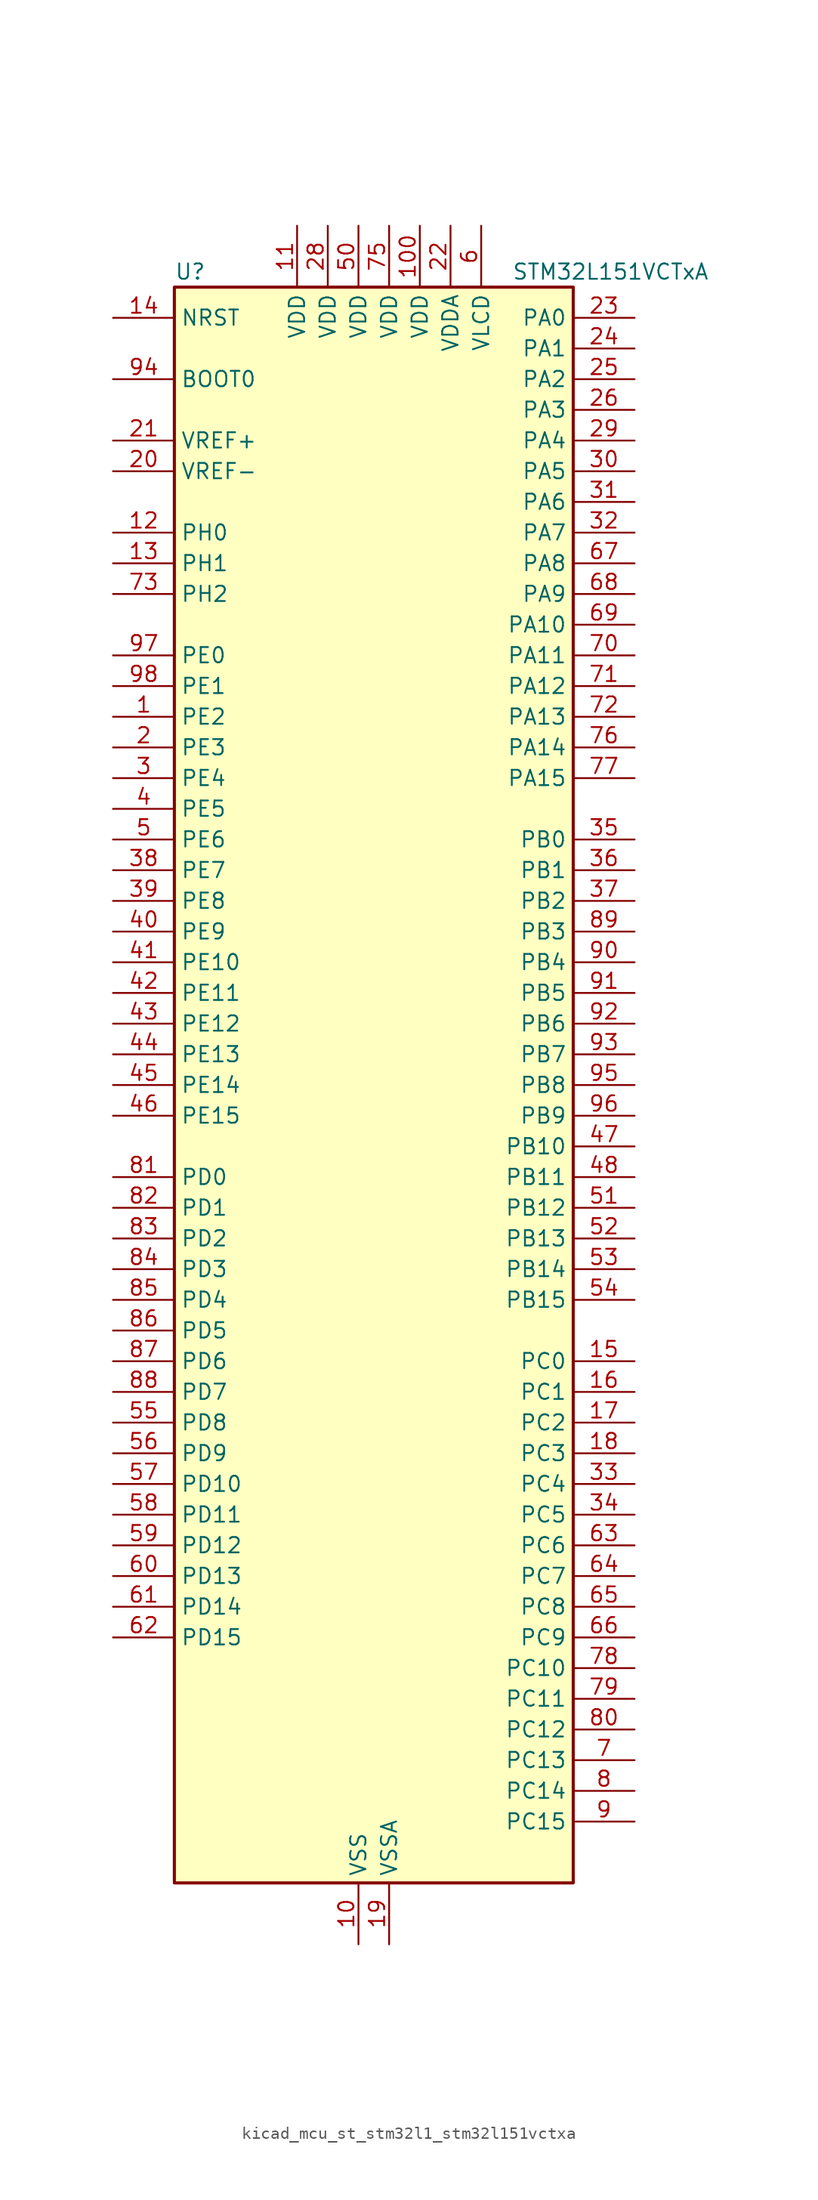
<source format=kicad_sym>
(kicad_symbol_lib
  (version 20220914)
  (generator kicad_symbol_editor)
  (symbol "kicad_mcu_st_stm32l1_stm32l151vctxa"
    (property "Reference" "U"
      (at -15.24 67.31 0)
      (effects (font (size 1.27 1.27)) (justify left)))
    (property "Value" "STM32L151VCTxA"
      (at 12.7 67.31 0)
      (effects (font (size 1.27 1.27)) (justify left)))
    (property "ki_locked" ""
      (at 0 0 0)
      (effects (font (size 1.27 1.27))))
    (symbol "kicad_mcu_st_stm32l1_stm32l151vctxa_0_1"
      (rectangle (start -15.24 -66.04) (end 17.78 66.04) (stroke (width 0.254) (type default)) (fill (type background))))
    (symbol "kicad_mcu_st_stm32l1_stm32l151vctxa_1_1"
      (pin bidirectional line (at -20.32 30.48 0) (length 5.08) (name "PE2" (effects (font (size 1.27 1.27)))) (number "1" (effects (font (size 1.27 1.27)))) (alternate "SYS_TRACECK" bidirectional line) (alternate "TIM3_ETR" bidirectional line) (alternate "TIMX_IC3" bidirectional line))
      (pin power_in line (at 0 -71.12 90) (length 5.08) (name "VSS" (effects (font (size 1.27 1.27)))) (number "10" (effects (font (size 1.27 1.27)))))
      (pin power_in line (at 5.08 71.12 270) (length 5.08) (name "VDD" (effects (font (size 1.27 1.27)))) (number "100" (effects (font (size 1.27 1.27)))))
      (pin power_in line (at -5.08 71.12 270) (length 5.08) (name "VDD" (effects (font (size 1.27 1.27)))) (number "11" (effects (font (size 1.27 1.27)))))
      (pin bidirectional line (at -20.32 45.72 0) (length 5.08) (name "PH0" (effects (font (size 1.27 1.27)))) (number "12" (effects (font (size 1.27 1.27)))) (alternate "RCC_OSC_IN" bidirectional line))
      (pin bidirectional line (at -20.32 43.18 0) (length 5.08) (name "PH1" (effects (font (size 1.27 1.27)))) (number "13" (effects (font (size 1.27 1.27)))) (alternate "RCC_OSC_OUT" bidirectional line))
      (pin input line (at -20.32 63.5 0) (length 5.08) (name "NRST" (effects (font (size 1.27 1.27)))) (number "14" (effects (font (size 1.27 1.27)))))
      (pin bidirectional line (at 22.86 -22.86 180) (length 5.08) (name "PC0" (effects (font (size 1.27 1.27)))) (number "15" (effects (font (size 1.27 1.27)))) (alternate "ADC_IN10" bidirectional line) (alternate "COMP1_INP" bidirectional line) (alternate "TIMX_IC1" bidirectional line) (alternate "TS_G8_IO1" bidirectional line))
      (pin bidirectional line (at 22.86 -25.4 180) (length 5.08) (name "PC1" (effects (font (size 1.27 1.27)))) (number "16" (effects (font (size 1.27 1.27)))) (alternate "ADC_IN11" bidirectional line) (alternate "COMP1_INP" bidirectional line) (alternate "TIMX_IC2" bidirectional line) (alternate "TS_G8_IO2" bidirectional line))
      (pin bidirectional line (at 22.86 -27.94 180) (length 5.08) (name "PC2" (effects (font (size 1.27 1.27)))) (number "17" (effects (font (size 1.27 1.27)))) (alternate "ADC_IN12" bidirectional line) (alternate "COMP1_INP" bidirectional line) (alternate "TIMX_IC3" bidirectional line) (alternate "TS_G8_IO3" bidirectional line))
      (pin bidirectional line (at 22.86 -30.48 180) (length 5.08) (name "PC3" (effects (font (size 1.27 1.27)))) (number "18" (effects (font (size 1.27 1.27)))) (alternate "ADC_IN13" bidirectional line) (alternate "COMP1_INP" bidirectional line) (alternate "TIMX_IC4" bidirectional line) (alternate "TS_G8_IO4" bidirectional line))
      (pin power_in line (at 2.54 -71.12 90) (length 5.08) (name "VSSA" (effects (font (size 1.27 1.27)))) (number "19" (effects (font (size 1.27 1.27)))))
      (pin bidirectional line (at -20.32 27.94 0) (length 5.08) (name "PE3" (effects (font (size 1.27 1.27)))) (number "2" (effects (font (size 1.27 1.27)))) (alternate "SYS_TRACED0" bidirectional line) (alternate "TIM3_CH1" bidirectional line) (alternate "TIMX_IC4" bidirectional line))
      (pin input line (at -20.32 50.8 0) (length 5.08) (name "VREF-" (effects (font (size 1.27 1.27)))) (number "20" (effects (font (size 1.27 1.27)))))
      (pin input line (at -20.32 53.34 0) (length 5.08) (name "VREF+" (effects (font (size 1.27 1.27)))) (number "21" (effects (font (size 1.27 1.27)))))
      (pin power_in line (at 7.62 71.12 270) (length 5.08) (name "VDDA" (effects (font (size 1.27 1.27)))) (number "22" (effects (font (size 1.27 1.27)))))
      (pin bidirectional line (at 22.86 63.5 180) (length 5.08) (name "PA0" (effects (font (size 1.27 1.27)))) (number "23" (effects (font (size 1.27 1.27)))) (alternate "ADC_IN0" bidirectional line) (alternate "COMP1_INP" bidirectional line) (alternate "RTC_TAMP2" bidirectional line) (alternate "SYS_WKUP1" bidirectional line) (alternate "TIM2_CH1" bidirectional line) (alternate "TIM2_ETR" bidirectional line) (alternate "TIM5_CH1" bidirectional line) (alternate "TIMX_IC1" bidirectional line) (alternate "TS_G1_IO1" bidirectional line) (alternate "USART2_CTS" bidirectional line))
      (pin bidirectional line (at 22.86 60.96 180) (length 5.08) (name "PA1" (effects (font (size 1.27 1.27)))) (number "24" (effects (font (size 1.27 1.27)))) (alternate "ADC_IN1" bidirectional line) (alternate "COMP1_INP" bidirectional line) (alternate "OPAMP1_VINP" bidirectional line) (alternate "TIM2_CH2" bidirectional line) (alternate "TIM5_CH2" bidirectional line) (alternate "TIMX_IC2" bidirectional line) (alternate "TS_G1_IO2" bidirectional line) (alternate "USART2_RTS" bidirectional line))
      (pin bidirectional line (at 22.86 58.42 180) (length 5.08) (name "PA2" (effects (font (size 1.27 1.27)))) (number "25" (effects (font (size 1.27 1.27)))) (alternate "ADC_IN2" bidirectional line) (alternate "COMP1_INP" bidirectional line) (alternate "OPAMP1_VINM" bidirectional line) (alternate "TIM2_CH3" bidirectional line) (alternate "TIM5_CH3" bidirectional line) (alternate "TIM9_CH1" bidirectional line) (alternate "TIMX_IC3" bidirectional line) (alternate "TS_G1_IO3" bidirectional line) (alternate "USART2_TX" bidirectional line))
      (pin bidirectional line (at 22.86 55.88 180) (length 5.08) (name "PA3" (effects (font (size 1.27 1.27)))) (number "26" (effects (font (size 1.27 1.27)))) (alternate "ADC_IN3" bidirectional line) (alternate "COMP1_INP" bidirectional line) (alternate "OPAMP1_VOUT" bidirectional line) (alternate "TIM2_CH4" bidirectional line) (alternate "TIM5_CH4" bidirectional line) (alternate "TIM9_CH2" bidirectional line) (alternate "TIMX_IC4" bidirectional line) (alternate "TS_G1_IO4" bidirectional line) (alternate "USART2_RX" bidirectional line))
      (pin passive line (at 0 -71.12 90) (length 5.08) hide (name "VSS" (effects (font (size 1.27 1.27)))) (number "27" (effects (font (size 1.27 1.27)))))
      (pin power_in line (at -2.54 71.12 270) (length 5.08) (name "VDD" (effects (font (size 1.27 1.27)))) (number "28" (effects (font (size 1.27 1.27)))))
      (pin bidirectional line (at 22.86 53.34 180) (length 5.08) (name "PA4" (effects (font (size 1.27 1.27)))) (number "29" (effects (font (size 1.27 1.27)))) (alternate "ADC_IN4" bidirectional line) (alternate "COMP1_INP" bidirectional line) (alternate "DAC_OUT1" bidirectional line) (alternate "I2S3_WS" bidirectional line) (alternate "SPI1_NSS" bidirectional line) (alternate "SPI3_NSS" bidirectional line) (alternate "TIMX_IC1" bidirectional line) (alternate "USART2_CK" bidirectional line))
      (pin bidirectional line (at -20.32 25.4 0) (length 5.08) (name "PE4" (effects (font (size 1.27 1.27)))) (number "3" (effects (font (size 1.27 1.27)))) (alternate "SYS_TRACED1" bidirectional line) (alternate "TIM3_CH2" bidirectional line) (alternate "TIMX_IC1" bidirectional line))
      (pin bidirectional line (at 22.86 50.8 180) (length 5.08) (name "PA5" (effects (font (size 1.27 1.27)))) (number "30" (effects (font (size 1.27 1.27)))) (alternate "ADC_IN5" bidirectional line) (alternate "COMP1_INP" bidirectional line) (alternate "DAC_OUT2" bidirectional line) (alternate "SPI1_SCK" bidirectional line) (alternate "TIM2_CH1" bidirectional line) (alternate "TIM2_ETR" bidirectional line) (alternate "TIMX_IC2" bidirectional line))
      (pin bidirectional line (at 22.86 48.26 180) (length 5.08) (name "PA6" (effects (font (size 1.27 1.27)))) (number "31" (effects (font (size 1.27 1.27)))) (alternate "ADC_IN6" bidirectional line) (alternate "COMP1_INP" bidirectional line) (alternate "OPAMP2_VINP" bidirectional line) (alternate "SPI1_MISO" bidirectional line) (alternate "TIM10_CH1" bidirectional line) (alternate "TIM3_CH1" bidirectional line) (alternate "TIMX_IC3" bidirectional line) (alternate "TS_G2_IO1" bidirectional line))
      (pin bidirectional line (at 22.86 45.72 180) (length 5.08) (name "PA7" (effects (font (size 1.27 1.27)))) (number "32" (effects (font (size 1.27 1.27)))) (alternate "ADC_IN7" bidirectional line) (alternate "COMP1_INP" bidirectional line) (alternate "OPAMP2_VINM" bidirectional line) (alternate "SPI1_MOSI" bidirectional line) (alternate "TIM11_CH1" bidirectional line) (alternate "TIM3_CH2" bidirectional line) (alternate "TIMX_IC4" bidirectional line) (alternate "TS_G2_IO2" bidirectional line))
      (pin bidirectional line (at 22.86 -33.02 180) (length 5.08) (name "PC4" (effects (font (size 1.27 1.27)))) (number "33" (effects (font (size 1.27 1.27)))) (alternate "ADC_IN14" bidirectional line) (alternate "COMP1_INP" bidirectional line) (alternate "TIMX_IC1" bidirectional line) (alternate "TS_G9_IO1" bidirectional line))
      (pin bidirectional line (at 22.86 -35.56 180) (length 5.08) (name "PC5" (effects (font (size 1.27 1.27)))) (number "34" (effects (font (size 1.27 1.27)))) (alternate "ADC_IN15" bidirectional line) (alternate "COMP1_INP" bidirectional line) (alternate "TIMX_IC2" bidirectional line) (alternate "TS_G9_IO2" bidirectional line))
      (pin bidirectional line (at 22.86 20.32 180) (length 5.08) (name "PB0" (effects (font (size 1.27 1.27)))) (number "35" (effects (font (size 1.27 1.27)))) (alternate "ADC_IN8" bidirectional line) (alternate "COMP1_INP" bidirectional line) (alternate "OPAMP2_VOUT" bidirectional line) (alternate "SYS_V_REF_OUT" bidirectional line) (alternate "TIM3_CH3" bidirectional line) (alternate "TS_G3_IO1" bidirectional line))
      (pin bidirectional line (at 22.86 17.78 180) (length 5.08) (name "PB1" (effects (font (size 1.27 1.27)))) (number "36" (effects (font (size 1.27 1.27)))) (alternate "ADC_IN9" bidirectional line) (alternate "COMP1_INP" bidirectional line) (alternate "SYS_V_REF_OUT" bidirectional line) (alternate "TIM3_CH4" bidirectional line) (alternate "TS_G3_IO2" bidirectional line))
      (pin bidirectional line (at 22.86 15.24 180) (length 5.08) (name "PB2" (effects (font (size 1.27 1.27)))) (number "37" (effects (font (size 1.27 1.27)))) (alternate "TS_G3_IO3" bidirectional line))
      (pin bidirectional line (at -20.32 17.78 0) (length 5.08) (name "PE7" (effects (font (size 1.27 1.27)))) (number "38" (effects (font (size 1.27 1.27)))) (alternate "ADC_IN22" bidirectional line) (alternate "COMP1_INP" bidirectional line) (alternate "TIMX_IC4" bidirectional line))
      (pin bidirectional line (at -20.32 15.24 0) (length 5.08) (name "PE8" (effects (font (size 1.27 1.27)))) (number "39" (effects (font (size 1.27 1.27)))) (alternate "ADC_IN23" bidirectional line) (alternate "COMP1_INP" bidirectional line) (alternate "TIMX_IC1" bidirectional line))
      (pin bidirectional line (at -20.32 22.86 0) (length 5.08) (name "PE5" (effects (font (size 1.27 1.27)))) (number "4" (effects (font (size 1.27 1.27)))) (alternate "SYS_TRACED2" bidirectional line) (alternate "TIM9_CH1" bidirectional line) (alternate "TIMX_IC2" bidirectional line))
      (pin bidirectional line (at -20.32 12.7 0) (length 5.08) (name "PE9" (effects (font (size 1.27 1.27)))) (number "40" (effects (font (size 1.27 1.27)))) (alternate "ADC_IN24" bidirectional line) (alternate "COMP1_INP" bidirectional line) (alternate "DAC_EXTI9" bidirectional line) (alternate "TIM2_CH1" bidirectional line) (alternate "TIM2_ETR" bidirectional line) (alternate "TIMX_IC2" bidirectional line))
      (pin bidirectional line (at -20.32 10.16 0) (length 5.08) (name "PE10" (effects (font (size 1.27 1.27)))) (number "41" (effects (font (size 1.27 1.27)))) (alternate "ADC_IN25" bidirectional line) (alternate "COMP1_INP" bidirectional line) (alternate "TIM2_CH2" bidirectional line) (alternate "TIMX_IC3" bidirectional line))
      (pin bidirectional line (at -20.32 7.62 0) (length 5.08) (name "PE11" (effects (font (size 1.27 1.27)))) (number "42" (effects (font (size 1.27 1.27)))) (alternate "ADC_EXTI11" bidirectional line) (alternate "TIM2_CH3" bidirectional line) (alternate "TIMX_IC4" bidirectional line))
      (pin bidirectional line (at -20.32 5.08 0) (length 5.08) (name "PE12" (effects (font (size 1.27 1.27)))) (number "43" (effects (font (size 1.27 1.27)))) (alternate "SPI1_NSS" bidirectional line) (alternate "TIM2_CH4" bidirectional line) (alternate "TIMX_IC1" bidirectional line))
      (pin bidirectional line (at -20.32 2.54 0) (length 5.08) (name "PE13" (effects (font (size 1.27 1.27)))) (number "44" (effects (font (size 1.27 1.27)))) (alternate "SPI1_SCK" bidirectional line) (alternate "TIMX_IC2" bidirectional line))
      (pin bidirectional line (at -20.32 0 0) (length 5.08) (name "PE14" (effects (font (size 1.27 1.27)))) (number "45" (effects (font (size 1.27 1.27)))) (alternate "SPI1_MISO" bidirectional line) (alternate "TIMX_IC3" bidirectional line))
      (pin bidirectional line (at -20.32 -2.54 0) (length 5.08) (name "PE15" (effects (font (size 1.27 1.27)))) (number "46" (effects (font (size 1.27 1.27)))) (alternate "ADC_EXTI15" bidirectional line) (alternate "SPI1_MOSI" bidirectional line) (alternate "TIMX_IC4" bidirectional line))
      (pin bidirectional line (at 22.86 -5.08 180) (length 5.08) (name "PB10" (effects (font (size 1.27 1.27)))) (number "47" (effects (font (size 1.27 1.27)))) (alternate "I2C2_SCL" bidirectional line) (alternate "TIM2_CH3" bidirectional line) (alternate "USART3_TX" bidirectional line))
      (pin bidirectional line (at 22.86 -7.62 180) (length 5.08) (name "PB11" (effects (font (size 1.27 1.27)))) (number "48" (effects (font (size 1.27 1.27)))) (alternate "ADC_EXTI11" bidirectional line) (alternate "I2C2_SDA" bidirectional line) (alternate "TIM2_CH4" bidirectional line) (alternate "USART3_RX" bidirectional line))
      (pin passive line (at 0 -71.12 90) (length 5.08) hide (name "VSS" (effects (font (size 1.27 1.27)))) (number "49" (effects (font (size 1.27 1.27)))))
      (pin bidirectional line (at -20.32 20.32 0) (length 5.08) (name "PE6" (effects (font (size 1.27 1.27)))) (number "5" (effects (font (size 1.27 1.27)))) (alternate "RTC_TAMP3" bidirectional line) (alternate "SYS_TRACED3" bidirectional line) (alternate "SYS_WKUP3" bidirectional line) (alternate "TIM9_CH2" bidirectional line) (alternate "TIMX_IC3" bidirectional line))
      (pin power_in line (at 0 71.12 270) (length 5.08) (name "VDD" (effects (font (size 1.27 1.27)))) (number "50" (effects (font (size 1.27 1.27)))))
      (pin bidirectional line (at 22.86 -10.16 180) (length 5.08) (name "PB12" (effects (font (size 1.27 1.27)))) (number "51" (effects (font (size 1.27 1.27)))) (alternate "ADC_IN18" bidirectional line) (alternate "COMP1_INP" bidirectional line) (alternate "I2C2_SMBA" bidirectional line) (alternate "I2S2_WS" bidirectional line) (alternate "SPI2_NSS" bidirectional line) (alternate "TIM10_CH1" bidirectional line) (alternate "TS_G7_IO1" bidirectional line) (alternate "USART3_CK" bidirectional line))
      (pin bidirectional line (at 22.86 -12.7 180) (length 5.08) (name "PB13" (effects (font (size 1.27 1.27)))) (number "52" (effects (font (size 1.27 1.27)))) (alternate "ADC_IN19" bidirectional line) (alternate "COMP1_INP" bidirectional line) (alternate "I2S2_CK" bidirectional line) (alternate "SPI2_SCK" bidirectional line) (alternate "TIM9_CH1" bidirectional line) (alternate "TS_G7_IO2" bidirectional line) (alternate "USART3_CTS" bidirectional line))
      (pin bidirectional line (at 22.86 -15.24 180) (length 5.08) (name "PB14" (effects (font (size 1.27 1.27)))) (number "53" (effects (font (size 1.27 1.27)))) (alternate "ADC_IN20" bidirectional line) (alternate "COMP1_INP" bidirectional line) (alternate "SPI2_MISO" bidirectional line) (alternate "TIM9_CH2" bidirectional line) (alternate "TS_G7_IO3" bidirectional line) (alternate "USART3_RTS" bidirectional line))
      (pin bidirectional line (at 22.86 -17.78 180) (length 5.08) (name "PB15" (effects (font (size 1.27 1.27)))) (number "54" (effects (font (size 1.27 1.27)))) (alternate "ADC_EXTI15" bidirectional line) (alternate "ADC_IN21" bidirectional line) (alternate "COMP1_INP" bidirectional line) (alternate "I2S2_SD" bidirectional line) (alternate "RTC_REFIN" bidirectional line) (alternate "SPI2_MOSI" bidirectional line) (alternate "TIM11_CH1" bidirectional line) (alternate "TS_G7_IO4" bidirectional line))
      (pin bidirectional line (at -20.32 -27.94 0) (length 5.08) (name "PD8" (effects (font (size 1.27 1.27)))) (number "55" (effects (font (size 1.27 1.27)))) (alternate "TIMX_IC1" bidirectional line) (alternate "USART3_TX" bidirectional line))
      (pin bidirectional line (at -20.32 -30.48 0) (length 5.08) (name "PD9" (effects (font (size 1.27 1.27)))) (number "56" (effects (font (size 1.27 1.27)))) (alternate "DAC_EXTI9" bidirectional line) (alternate "TIMX_IC2" bidirectional line) (alternate "USART3_RX" bidirectional line))
      (pin bidirectional line (at -20.32 -33.02 0) (length 5.08) (name "PD10" (effects (font (size 1.27 1.27)))) (number "57" (effects (font (size 1.27 1.27)))) (alternate "TIMX_IC3" bidirectional line) (alternate "USART3_CK" bidirectional line))
      (pin bidirectional line (at -20.32 -35.56 0) (length 5.08) (name "PD11" (effects (font (size 1.27 1.27)))) (number "58" (effects (font (size 1.27 1.27)))) (alternate "ADC_EXTI11" bidirectional line) (alternate "TIMX_IC4" bidirectional line) (alternate "USART3_CTS" bidirectional line))
      (pin bidirectional line (at -20.32 -38.1 0) (length 5.08) (name "PD12" (effects (font (size 1.27 1.27)))) (number "59" (effects (font (size 1.27 1.27)))) (alternate "TIM4_CH1" bidirectional line) (alternate "TIMX_IC1" bidirectional line) (alternate "USART3_RTS" bidirectional line))
      (pin power_in line (at 10.16 71.12 270) (length 5.08) (name "VLCD" (effects (font (size 1.27 1.27)))) (number "6" (effects (font (size 1.27 1.27)))))
      (pin bidirectional line (at -20.32 -40.64 0) (length 5.08) (name "PD13" (effects (font (size 1.27 1.27)))) (number "60" (effects (font (size 1.27 1.27)))) (alternate "TIM4_CH2" bidirectional line) (alternate "TIMX_IC2" bidirectional line))
      (pin bidirectional line (at -20.32 -43.18 0) (length 5.08) (name "PD14" (effects (font (size 1.27 1.27)))) (number "61" (effects (font (size 1.27 1.27)))) (alternate "TIM4_CH3" bidirectional line) (alternate "TIMX_IC3" bidirectional line))
      (pin bidirectional line (at -20.32 -45.72 0) (length 5.08) (name "PD15" (effects (font (size 1.27 1.27)))) (number "62" (effects (font (size 1.27 1.27)))) (alternate "ADC_EXTI15" bidirectional line) (alternate "TIM4_CH4" bidirectional line) (alternate "TIMX_IC4" bidirectional line))
      (pin bidirectional line (at 22.86 -38.1 180) (length 5.08) (name "PC6" (effects (font (size 1.27 1.27)))) (number "63" (effects (font (size 1.27 1.27)))) (alternate "I2S2_MCK" bidirectional line) (alternate "TIM3_CH1" bidirectional line) (alternate "TIMX_IC3" bidirectional line) (alternate "TS_G10_IO1" bidirectional line))
      (pin bidirectional line (at 22.86 -40.64 180) (length 5.08) (name "PC7" (effects (font (size 1.27 1.27)))) (number "64" (effects (font (size 1.27 1.27)))) (alternate "I2S3_MCK" bidirectional line) (alternate "TIM3_CH2" bidirectional line) (alternate "TIMX_IC4" bidirectional line) (alternate "TS_G10_IO2" bidirectional line))
      (pin bidirectional line (at 22.86 -43.18 180) (length 5.08) (name "PC8" (effects (font (size 1.27 1.27)))) (number "65" (effects (font (size 1.27 1.27)))) (alternate "TIM3_CH3" bidirectional line) (alternate "TIMX_IC1" bidirectional line) (alternate "TS_G10_IO3" bidirectional line))
      (pin bidirectional line (at 22.86 -45.72 180) (length 5.08) (name "PC9" (effects (font (size 1.27 1.27)))) (number "66" (effects (font (size 1.27 1.27)))) (alternate "DAC_EXTI9" bidirectional line) (alternate "TIM3_CH4" bidirectional line) (alternate "TIMX_IC2" bidirectional line) (alternate "TS_G10_IO4" bidirectional line))
      (pin bidirectional line (at 22.86 43.18 180) (length 5.08) (name "PA8" (effects (font (size 1.27 1.27)))) (number "67" (effects (font (size 1.27 1.27)))) (alternate "RCC_MCO" bidirectional line) (alternate "TIMX_IC1" bidirectional line) (alternate "TS_G4_IO1" bidirectional line) (alternate "USART1_CK" bidirectional line))
      (pin bidirectional line (at 22.86 40.64 180) (length 5.08) (name "PA9" (effects (font (size 1.27 1.27)))) (number "68" (effects (font (size 1.27 1.27)))) (alternate "DAC_EXTI9" bidirectional line) (alternate "TIMX_IC2" bidirectional line) (alternate "TS_G4_IO2" bidirectional line) (alternate "USART1_TX" bidirectional line))
      (pin bidirectional line (at 22.86 38.1 180) (length 5.08) (name "PA10" (effects (font (size 1.27 1.27)))) (number "69" (effects (font (size 1.27 1.27)))) (alternate "TIMX_IC3" bidirectional line) (alternate "TS_G4_IO3" bidirectional line) (alternate "USART1_RX" bidirectional line))
      (pin bidirectional line (at 22.86 -55.88 180) (length 5.08) (name "PC13" (effects (font (size 1.27 1.27)))) (number "7" (effects (font (size 1.27 1.27)))) (alternate "RTC_OUT_ALARM" bidirectional line) (alternate "RTC_OUT_CALIB" bidirectional line) (alternate "RTC_TAMP1" bidirectional line) (alternate "RTC_TS" bidirectional line) (alternate "SYS_WKUP2" bidirectional line) (alternate "TIMX_IC2" bidirectional line))
      (pin bidirectional line (at 22.86 35.56 180) (length 5.08) (name "PA11" (effects (font (size 1.27 1.27)))) (number "70" (effects (font (size 1.27 1.27)))) (alternate "ADC_EXTI11" bidirectional line) (alternate "SPI1_MISO" bidirectional line) (alternate "TIMX_IC4" bidirectional line) (alternate "USART1_CTS" bidirectional line) (alternate "USB_DM" bidirectional line))
      (pin bidirectional line (at 22.86 33.02 180) (length 5.08) (name "PA12" (effects (font (size 1.27 1.27)))) (number "71" (effects (font (size 1.27 1.27)))) (alternate "SPI1_MOSI" bidirectional line) (alternate "TIMX_IC1" bidirectional line) (alternate "USART1_RTS" bidirectional line) (alternate "USB_DP" bidirectional line))
      (pin bidirectional line (at 22.86 30.48 180) (length 5.08) (name "PA13" (effects (font (size 1.27 1.27)))) (number "72" (effects (font (size 1.27 1.27)))) (alternate "SYS_JTMS-SWDIO" bidirectional line) (alternate "TIMX_IC2" bidirectional line) (alternate "TS_G5_IO1" bidirectional line))
      (pin bidirectional line (at -20.32 40.64 0) (length 5.08) (name "PH2" (effects (font (size 1.27 1.27)))) (number "73" (effects (font (size 1.27 1.27)))))
      (pin passive line (at 0 -71.12 90) (length 5.08) hide (name "VSS" (effects (font (size 1.27 1.27)))) (number "74" (effects (font (size 1.27 1.27)))))
      (pin power_in line (at 2.54 71.12 270) (length 5.08) (name "VDD" (effects (font (size 1.27 1.27)))) (number "75" (effects (font (size 1.27 1.27)))))
      (pin bidirectional line (at 22.86 27.94 180) (length 5.08) (name "PA14" (effects (font (size 1.27 1.27)))) (number "76" (effects (font (size 1.27 1.27)))) (alternate "SYS_JTCK-SWCLK" bidirectional line) (alternate "TIMX_IC3" bidirectional line) (alternate "TS_G5_IO2" bidirectional line))
      (pin bidirectional line (at 22.86 25.4 180) (length 5.08) (name "PA15" (effects (font (size 1.27 1.27)))) (number "77" (effects (font (size 1.27 1.27)))) (alternate "ADC_EXTI15" bidirectional line) (alternate "I2S3_WS" bidirectional line) (alternate "SPI1_NSS" bidirectional line) (alternate "SPI3_NSS" bidirectional line) (alternate "SYS_JTDI" bidirectional line) (alternate "TIM2_CH1" bidirectional line) (alternate "TIM2_ETR" bidirectional line) (alternate "TIMX_IC4" bidirectional line) (alternate "TS_G5_IO3" bidirectional line))
      (pin bidirectional line (at 22.86 -48.26 180) (length 5.08) (name "PC10" (effects (font (size 1.27 1.27)))) (number "78" (effects (font (size 1.27 1.27)))) (alternate "I2S3_CK" bidirectional line) (alternate "SPI3_SCK" bidirectional line) (alternate "TIMX_IC3" bidirectional line) (alternate "USART3_TX" bidirectional line))
      (pin bidirectional line (at 22.86 -50.8 180) (length 5.08) (name "PC11" (effects (font (size 1.27 1.27)))) (number "79" (effects (font (size 1.27 1.27)))) (alternate "ADC_EXTI11" bidirectional line) (alternate "SPI3_MISO" bidirectional line) (alternate "TIMX_IC4" bidirectional line) (alternate "USART3_RX" bidirectional line))
      (pin bidirectional line (at 22.86 -58.42 180) (length 5.08) (name "PC14" (effects (font (size 1.27 1.27)))) (number "8" (effects (font (size 1.27 1.27)))) (alternate "RCC_OSC32_IN" bidirectional line) (alternate "TIMX_IC3" bidirectional line))
      (pin bidirectional line (at 22.86 -53.34 180) (length 5.08) (name "PC12" (effects (font (size 1.27 1.27)))) (number "80" (effects (font (size 1.27 1.27)))) (alternate "I2S3_SD" bidirectional line) (alternate "SPI3_MOSI" bidirectional line) (alternate "TIMX_IC1" bidirectional line) (alternate "USART3_CK" bidirectional line))
      (pin bidirectional line (at -20.32 -7.62 0) (length 5.08) (name "PD0" (effects (font (size 1.27 1.27)))) (number "81" (effects (font (size 1.27 1.27)))) (alternate "I2S2_WS" bidirectional line) (alternate "SPI2_NSS" bidirectional line) (alternate "TIM9_CH1" bidirectional line) (alternate "TIMX_IC1" bidirectional line))
      (pin bidirectional line (at -20.32 -10.16 0) (length 5.08) (name "PD1" (effects (font (size 1.27 1.27)))) (number "82" (effects (font (size 1.27 1.27)))) (alternate "I2S2_CK" bidirectional line) (alternate "SPI2_SCK" bidirectional line) (alternate "TIMX_IC2" bidirectional line))
      (pin bidirectional line (at -20.32 -12.7 0) (length 5.08) (name "PD2" (effects (font (size 1.27 1.27)))) (number "83" (effects (font (size 1.27 1.27)))) (alternate "TIM3_ETR" bidirectional line) (alternate "TIMX_IC3" bidirectional line))
      (pin bidirectional line (at -20.32 -15.24 0) (length 5.08) (name "PD3" (effects (font (size 1.27 1.27)))) (number "84" (effects (font (size 1.27 1.27)))) (alternate "SPI2_MISO" bidirectional line) (alternate "TIMX_IC4" bidirectional line) (alternate "USART2_CTS" bidirectional line))
      (pin bidirectional line (at -20.32 -17.78 0) (length 5.08) (name "PD4" (effects (font (size 1.27 1.27)))) (number "85" (effects (font (size 1.27 1.27)))) (alternate "I2S2_SD" bidirectional line) (alternate "SPI2_MOSI" bidirectional line) (alternate "TIMX_IC1" bidirectional line) (alternate "USART2_RTS" bidirectional line))
      (pin bidirectional line (at -20.32 -20.32 0) (length 5.08) (name "PD5" (effects (font (size 1.27 1.27)))) (number "86" (effects (font (size 1.27 1.27)))) (alternate "TIMX_IC2" bidirectional line) (alternate "USART2_TX" bidirectional line))
      (pin bidirectional line (at -20.32 -22.86 0) (length 5.08) (name "PD6" (effects (font (size 1.27 1.27)))) (number "87" (effects (font (size 1.27 1.27)))) (alternate "TIMX_IC3" bidirectional line) (alternate "USART2_RX" bidirectional line))
      (pin bidirectional line (at -20.32 -25.4 0) (length 5.08) (name "PD7" (effects (font (size 1.27 1.27)))) (number "88" (effects (font (size 1.27 1.27)))) (alternate "TIM9_CH2" bidirectional line) (alternate "TIMX_IC4" bidirectional line) (alternate "USART2_CK" bidirectional line))
      (pin bidirectional line (at 22.86 12.7 180) (length 5.08) (name "PB3" (effects (font (size 1.27 1.27)))) (number "89" (effects (font (size 1.27 1.27)))) (alternate "COMP2_INM" bidirectional line) (alternate "I2S3_CK" bidirectional line) (alternate "SPI1_SCK" bidirectional line) (alternate "SPI3_SCK" bidirectional line) (alternate "SYS_JTDO-TRACESWO" bidirectional line) (alternate "TIM2_CH2" bidirectional line))
      (pin bidirectional line (at 22.86 -60.96 180) (length 5.08) (name "PC15" (effects (font (size 1.27 1.27)))) (number "9" (effects (font (size 1.27 1.27)))) (alternate "ADC_EXTI15" bidirectional line) (alternate "RCC_OSC32_OUT" bidirectional line) (alternate "TIMX_IC4" bidirectional line))
      (pin bidirectional line (at 22.86 10.16 180) (length 5.08) (name "PB4" (effects (font (size 1.27 1.27)))) (number "90" (effects (font (size 1.27 1.27)))) (alternate "COMP2_INP" bidirectional line) (alternate "SPI1_MISO" bidirectional line) (alternate "SPI3_MISO" bidirectional line) (alternate "SYS_JTRST" bidirectional line) (alternate "TIM3_CH1" bidirectional line) (alternate "TS_G6_IO1" bidirectional line))
      (pin bidirectional line (at 22.86 7.62 180) (length 5.08) (name "PB5" (effects (font (size 1.27 1.27)))) (number "91" (effects (font (size 1.27 1.27)))) (alternate "COMP2_INP" bidirectional line) (alternate "I2C1_SMBA" bidirectional line) (alternate "I2S3_SD" bidirectional line) (alternate "SPI1_MOSI" bidirectional line) (alternate "SPI3_MOSI" bidirectional line) (alternate "TIM3_CH2" bidirectional line) (alternate "TS_G6_IO2" bidirectional line))
      (pin bidirectional line (at 22.86 5.08 180) (length 5.08) (name "PB6" (effects (font (size 1.27 1.27)))) (number "92" (effects (font (size 1.27 1.27)))) (alternate "COMP2_INP" bidirectional line) (alternate "I2C1_SCL" bidirectional line) (alternate "TIM4_CH1" bidirectional line) (alternate "TS_G6_IO3" bidirectional line) (alternate "USART1_TX" bidirectional line))
      (pin bidirectional line (at 22.86 2.54 180) (length 5.08) (name "PB7" (effects (font (size 1.27 1.27)))) (number "93" (effects (font (size 1.27 1.27)))) (alternate "COMP2_INP" bidirectional line) (alternate "I2C1_SDA" bidirectional line) (alternate "SYS_PVD_IN" bidirectional line) (alternate "TIM4_CH2" bidirectional line) (alternate "TS_G6_IO4" bidirectional line) (alternate "USART1_RX" bidirectional line))
      (pin input line (at -20.32 58.42 0) (length 5.08) (name "BOOT0" (effects (font (size 1.27 1.27)))) (number "94" (effects (font (size 1.27 1.27)))))
      (pin bidirectional line (at 22.86 0 180) (length 5.08) (name "PB8" (effects (font (size 1.27 1.27)))) (number "95" (effects (font (size 1.27 1.27)))) (alternate "I2C1_SCL" bidirectional line) (alternate "TIM10_CH1" bidirectional line) (alternate "TIM4_CH3" bidirectional line))
      (pin bidirectional line (at 22.86 -2.54 180) (length 5.08) (name "PB9" (effects (font (size 1.27 1.27)))) (number "96" (effects (font (size 1.27 1.27)))) (alternate "DAC_EXTI9" bidirectional line) (alternate "I2C1_SDA" bidirectional line) (alternate "TIM11_CH1" bidirectional line) (alternate "TIM4_CH4" bidirectional line))
      (pin bidirectional line (at -20.32 35.56 0) (length 5.08) (name "PE0" (effects (font (size 1.27 1.27)))) (number "97" (effects (font (size 1.27 1.27)))) (alternate "TIM10_CH1" bidirectional line) (alternate "TIM4_ETR" bidirectional line) (alternate "TIMX_IC1" bidirectional line))
      (pin bidirectional line (at -20.32 33.02 0) (length 5.08) (name "PE1" (effects (font (size 1.27 1.27)))) (number "98" (effects (font (size 1.27 1.27)))) (alternate "TIM11_CH1" bidirectional line) (alternate "TIMX_IC2" bidirectional line))
      (pin passive line (at 0 -71.12 90) (length 5.08) hide (name "VSS" (effects (font (size 1.27 1.27)))) (number "99" (effects (font (size 1.27 1.27))))))))
</source>
